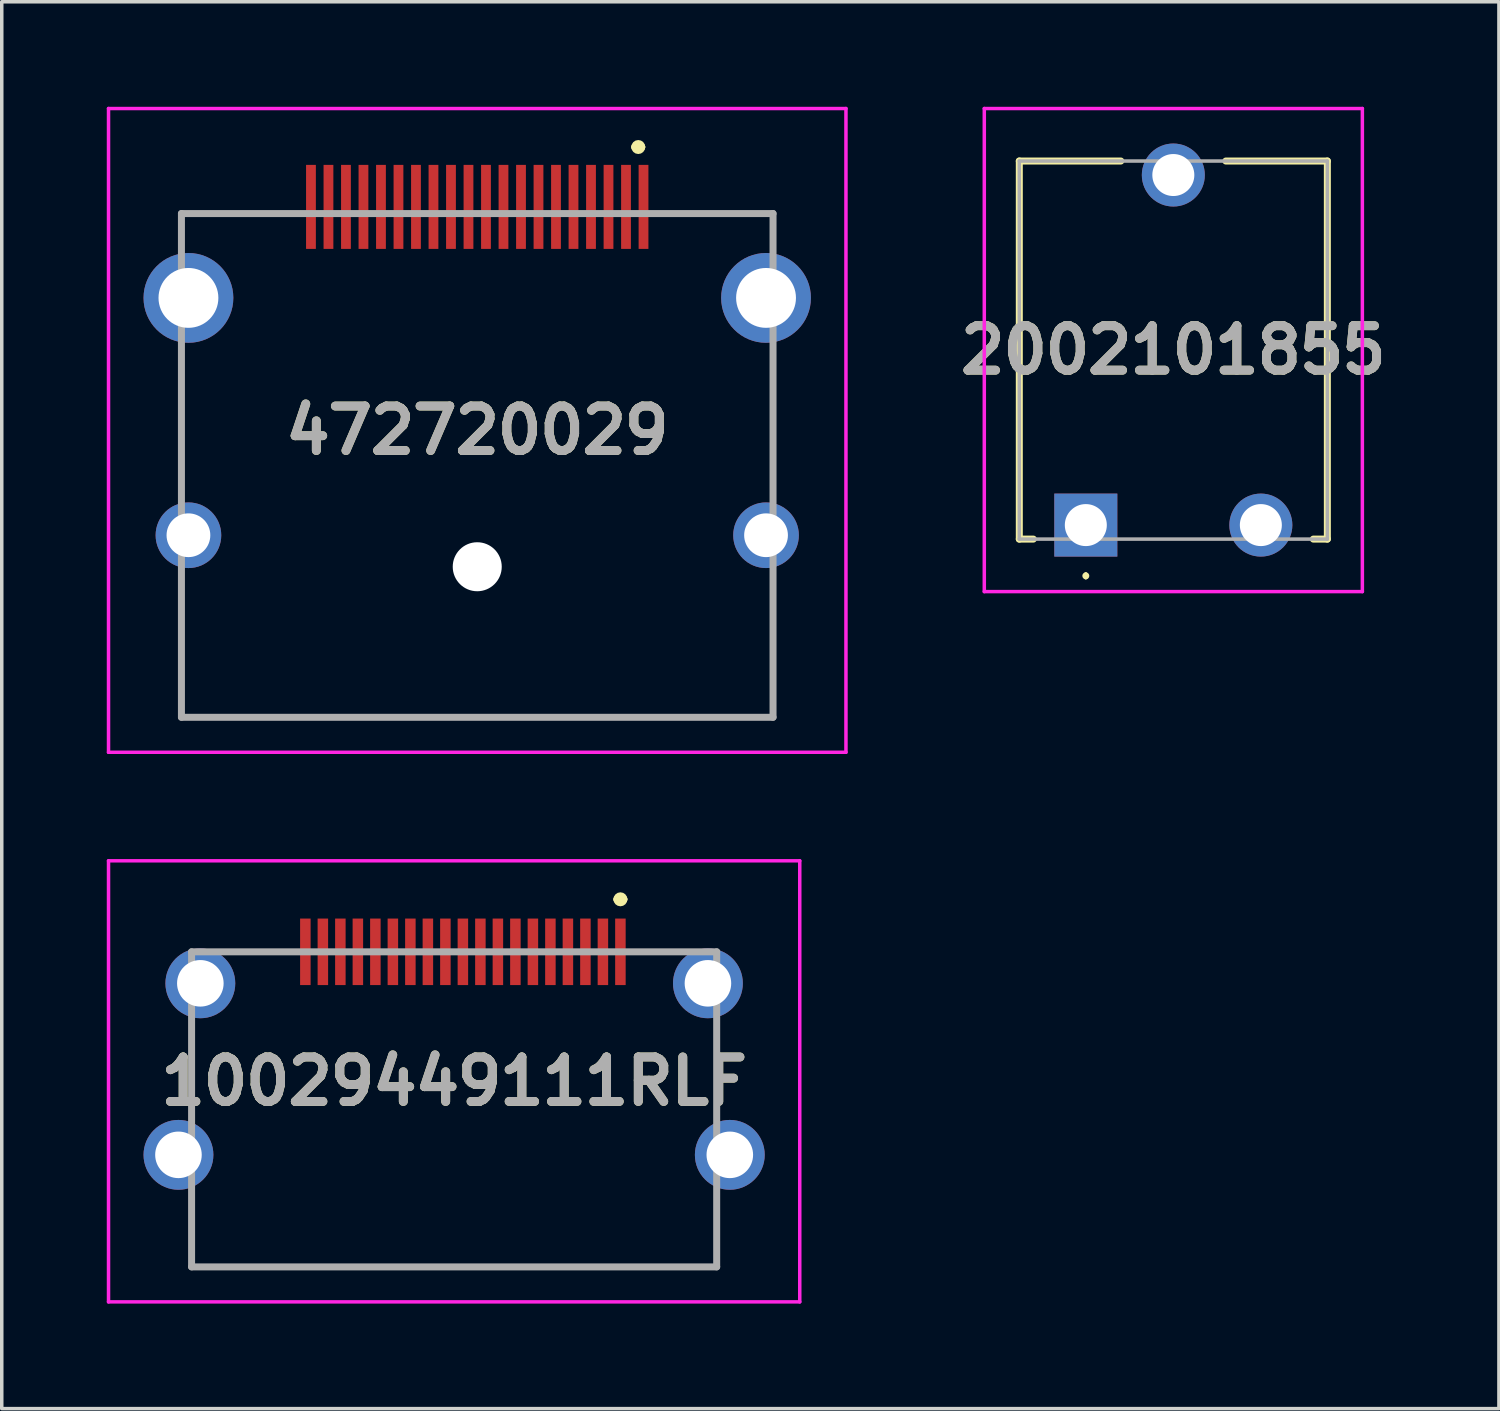
<source format=kicad_pcb>
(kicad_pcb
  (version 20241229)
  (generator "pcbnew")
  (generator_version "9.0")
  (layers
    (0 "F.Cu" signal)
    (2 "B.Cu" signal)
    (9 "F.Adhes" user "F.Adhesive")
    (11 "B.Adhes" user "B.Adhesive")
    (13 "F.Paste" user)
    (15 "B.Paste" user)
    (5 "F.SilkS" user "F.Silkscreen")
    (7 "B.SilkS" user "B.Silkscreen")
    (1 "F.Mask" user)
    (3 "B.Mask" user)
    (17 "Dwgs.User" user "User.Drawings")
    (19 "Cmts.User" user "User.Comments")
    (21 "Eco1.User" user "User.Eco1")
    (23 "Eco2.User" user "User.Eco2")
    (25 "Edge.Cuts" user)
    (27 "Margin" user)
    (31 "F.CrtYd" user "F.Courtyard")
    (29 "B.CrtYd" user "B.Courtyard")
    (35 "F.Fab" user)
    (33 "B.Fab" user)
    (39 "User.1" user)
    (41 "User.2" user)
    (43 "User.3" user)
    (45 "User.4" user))
  (footprint "472720029"
    (layer "F.Cu")
    (at 10.583 10.15)
    (property "Reference" "472720029" (at 0 -0.905 0) (layer "F.SilkS") (effects (font (size 1.27 1.27) (thickness 0.254))))
    (attr through_hole)
    (fp_line (start -8.45 -7.1) (end -8.45 -6.5) (stroke (width 0.1) (type solid)) (layer "F.SilkS"))
    (fp_line (start -8.45 -3) (end -8.45 0.5) (stroke (width 0.1) (type solid)) (layer "F.SilkS"))
    (fp_line (start -8.45 3.5) (end -8.45 7.29) (stroke (width 0.1) (type solid)) (layer "F.SilkS"))
    (fp_line (start -8.45 7.29) (end 8.45 7.29) (stroke (width 0.1) (type solid)) (layer "F.SilkS"))
    (fp_line (start -5.5 -7.1) (end -8.45 -7.1) (stroke (width 0.1) (type solid)) (layer "F.SilkS"))
    (fp_line (start 4.5 -9) (end 4.5 -9) (stroke (width 0.2) (type solid)) (layer "F.SilkS"))
    (fp_line (start 4.7 -9) (end 4.7 -9) (stroke (width 0.2) (type solid)) (layer "F.SilkS"))
    (fp_line (start 5.5 -7.1) (end 8.45 -7.1) (stroke (width 0.1) (type solid)) (layer "F.SilkS"))
    (fp_line (start 8.45 -7.1) (end 8.45 -6.5) (stroke (width 0.1) (type solid)) (layer "F.SilkS"))
    (fp_line (start 8.45 -3) (end 8.45 0.5) (stroke (width 0.1) (type solid)) (layer "F.SilkS"))
    (fp_line (start 8.45 7.29) (end 8.45 3.5) (stroke (width 0.1) (type solid)) (layer "F.SilkS"))
    (fp_arc (start 4.5 -9) (mid 4.6 -9.1) (end 4.7 -9) (stroke (width 0.2) (type solid)) (layer "F.SilkS"))
    (fp_arc (start 4.7 -9) (mid 4.6 -8.9) (end 4.5 -9) (stroke (width 0.2) (type solid)) (layer "F.SilkS"))
    (fp_line (start -10.533 -10.1) (end 10.533 -10.1) (stroke (width 0.1) (type solid)) (layer "F.CrtYd"))
    (fp_line (start -10.533 8.29) (end -10.533 -10.1) (stroke (width 0.1) (type solid)) (layer "F.CrtYd"))
    (fp_line (start 10.533 -10.1) (end 10.533 8.29) (stroke (width 0.1) (type solid)) (layer "F.CrtYd"))
    (fp_line (start 10.533 8.29) (end -10.533 8.29) (stroke (width 0.1) (type solid)) (layer "F.CrtYd"))
    (fp_line (start -8.45 -7.1) (end 8.45 -7.1) (stroke (width 0.2) (type solid)) (layer "F.Fab"))
    (fp_line (start -8.45 7.29) (end -8.45 -7.1) (stroke (width 0.2) (type solid)) (layer "F.Fab"))
    (fp_line (start 8.45 -7.1) (end 8.45 7.29) (stroke (width 0.2) (type solid)) (layer "F.Fab"))
    (fp_line (start 8.45 7.29) (end -8.45 7.29) (stroke (width 0.2) (type solid)) (layer "F.Fab"))
    (fp_text user "${REFERENCE}" (at 0 -0.905 0) (layer "F.Fab") (effects (font (size 1.27 1.27) (thickness 0.254))))
    (pad "" np_thru_hole circle (at 0 2.99) (size 1.4 1.4) (drill 1.4) (layers "*.Cu" "*.Mask"))
    (pad "1" smd rect (at 4.75 -7.29) (size 0.28 2.4) (layers "F.Cu" "F.Mask" "F.Paste"))
    (pad "2" smd rect (at 4.25 -7.29) (size 0.28 2.4) (layers "F.Cu" "F.Mask" "F.Paste"))
    (pad "3" smd rect (at 3.75 -7.29) (size 0.28 2.4) (layers "F.Cu" "F.Mask" "F.Paste"))
    (pad "4" smd rect (at 3.25 -7.29) (size 0.28 2.4) (layers "F.Cu" "F.Mask" "F.Paste"))
    (pad "5" smd rect (at 2.75 -7.29) (size 0.28 2.4) (layers "F.Cu" "F.Mask" "F.Paste"))
    (pad "6" smd rect (at 2.25 -7.29) (size 0.28 2.4) (layers "F.Cu" "F.Mask" "F.Paste"))
    (pad "7" smd rect (at 1.75 -7.29) (size 0.28 2.4) (layers "F.Cu" "F.Mask" "F.Paste"))
    (pad "8" smd rect (at 1.25 -7.29) (size 0.28 2.4) (layers "F.Cu" "F.Mask" "F.Paste"))
    (pad "9" smd rect (at 0.75 -7.29) (size 0.28 2.4) (layers "F.Cu" "F.Mask" "F.Paste"))
    (pad "10" smd rect (at 0.25 -7.29) (size 0.28 2.4) (layers "F.Cu" "F.Mask" "F.Paste"))
    (pad "11" smd rect (at -0.25 -7.29) (size 0.28 2.4) (layers "F.Cu" "F.Mask" "F.Paste"))
    (pad "12" smd rect (at -0.75 -7.29) (size 0.28 2.4) (layers "F.Cu" "F.Mask" "F.Paste"))
    (pad "13" smd rect (at -1.25 -7.29) (size 0.28 2.4) (layers "F.Cu" "F.Mask" "F.Paste"))
    (pad "14" smd rect (at -1.75 -7.29) (size 0.28 2.4) (layers "F.Cu" "F.Mask" "F.Paste"))
    (pad "15" smd rect (at -2.25 -7.29) (size 0.28 2.4) (layers "F.Cu" "F.Mask" "F.Paste"))
    (pad "16" smd rect (at -2.75 -7.29) (size 0.28 2.4) (layers "F.Cu" "F.Mask" "F.Paste"))
    (pad "17" smd rect (at -3.25 -7.29) (size 0.28 2.4) (layers "F.Cu" "F.Mask" "F.Paste"))
    (pad "18" smd rect (at -3.75 -7.29) (size 0.28 2.4) (layers "F.Cu" "F.Mask" "F.Paste"))
    (pad "19" smd rect (at -4.25 -7.29) (size 0.28 2.4) (layers "F.Cu" "F.Mask" "F.Paste"))
    (pad "20" smd rect (at -4.75 -7.29) (size 0.28 2.4) (layers "F.Cu" "F.Mask" "F.Paste"))
    (pad "MH1" thru_hole circle (at 8.25 -4.69) (size 2.565 2.565) (drill 1.71) (layers "*.Cu" "*.Mask"))
    (pad "MH2" thru_hole circle (at -8.25 -4.69) (size 2.565 2.565) (drill 1.71) (layers "*.Cu" "*.Mask"))
    (pad "MH3" thru_hole circle (at 8.25 2.09) (size 1.875 1.875) (drill 1.25) (layers "*.Cu" "*.Mask"))
    (pad "MH4" thru_hole circle (at -8.25 2.09) (size 1.875 1.875) (drill 1.25) (layers "*.Cu" "*.Mask")))
  (footprint "10029449111RLF"
    (layer "F.Cu")
    (at 9.923 27.84)
    (property "Reference" "10029449111RLF" (at 0 0 0) (layer "F.SilkS") (effects (font (size 1.27 1.27) (thickness 0.254))))
    (attr through_hole)
    (fp_line (start -7.5 3.92) (end -7.5 5.3) (stroke (width 0.1) (type solid)) (layer "F.SilkS"))
    (fp_line (start -7.5 5.3) (end 7.5 5.3) (stroke (width 0.1) (type solid)) (layer "F.SilkS"))
    (fp_line (start 4.65 -5.2) (end 4.65 -5.2) (stroke (width 0.2) (type solid)) (layer "F.SilkS"))
    (fp_line (start 4.85 -5.2) (end 4.85 -5.2) (stroke (width 0.2) (type solid)) (layer "F.SilkS"))
    (fp_line (start 7.5 5.3) (end 7.5 3.92) (stroke (width 0.1) (type solid)) (layer "F.SilkS"))
    (fp_arc (start 4.65 -5.2) (mid 4.75 -5.3) (end 4.85 -5.2) (stroke (width 0.2) (type solid)) (layer "F.SilkS"))
    (fp_arc (start 4.85 -5.2) (mid 4.75 -5.1) (end 4.65 -5.2) (stroke (width 0.2) (type solid)) (layer "F.SilkS"))
    (fp_line (start -9.873 -6.3) (end 9.873 -6.3) (stroke (width 0.1) (type solid)) (layer "F.CrtYd"))
    (fp_line (start -9.873 6.3) (end -9.873 -6.3) (stroke (width 0.1) (type solid)) (layer "F.CrtYd"))
    (fp_line (start 9.873 -6.3) (end 9.873 6.3) (stroke (width 0.1) (type solid)) (layer "F.CrtYd"))
    (fp_line (start 9.873 6.3) (end -9.873 6.3) (stroke (width 0.1) (type solid)) (layer "F.CrtYd"))
    (fp_line (start -7.5 -3.7) (end 7.5 -3.7) (stroke (width 0.2) (type solid)) (layer "F.Fab"))
    (fp_line (start -7.5 5.3) (end -7.5 -3.7) (stroke (width 0.2) (type solid)) (layer "F.Fab"))
    (fp_line (start 7.5 -3.7) (end 7.5 5.3) (stroke (width 0.2) (type solid)) (layer "F.Fab"))
    (fp_line (start 7.5 5.3) (end -7.5 5.3) (stroke (width 0.2) (type solid)) (layer "F.Fab"))
    (fp_text user "${REFERENCE}" (at 0 0 0) (layer "F.Fab") (effects (font (size 1.27 1.27) (thickness 0.254))))
    (pad "1" smd rect (at 4.75 -3.7) (size 0.3 1.9) (layers "F.Cu" "F.Mask" "F.Paste"))
    (pad "2" smd rect (at 4.25 -3.7) (size 0.3 1.9) (layers "F.Cu" "F.Mask" "F.Paste"))
    (pad "3" smd rect (at 3.75 -3.7) (size 0.3 1.9) (layers "F.Cu" "F.Mask" "F.Paste"))
    (pad "4" smd rect (at 3.25 -3.7) (size 0.3 1.9) (layers "F.Cu" "F.Mask" "F.Paste"))
    (pad "5" smd rect (at 2.75 -3.7) (size 0.3 1.9) (layers "F.Cu" "F.Mask" "F.Paste"))
    (pad "6" smd rect (at 2.25 -3.7) (size 0.3 1.9) (layers "F.Cu" "F.Mask" "F.Paste"))
    (pad "7" smd rect (at 1.75 -3.7) (size 0.3 1.9) (layers "F.Cu" "F.Mask" "F.Paste"))
    (pad "8" smd rect (at 1.25 -3.7) (size 0.3 1.9) (layers "F.Cu" "F.Mask" "F.Paste"))
    (pad "9" smd rect (at 0.75 -3.7) (size 0.3 1.9) (layers "F.Cu" "F.Mask" "F.Paste"))
    (pad "10" smd rect (at 0.25 -3.7) (size 0.3 1.9) (layers "F.Cu" "F.Mask" "F.Paste"))
    (pad "11" smd rect (at -0.25 -3.7) (size 0.3 1.9) (layers "F.Cu" "F.Mask" "F.Paste"))
    (pad "12" smd rect (at -0.75 -3.7) (size 0.3 1.9) (layers "F.Cu" "F.Mask" "F.Paste"))
    (pad "13" smd rect (at -1.25 -3.7) (size 0.3 1.9) (layers "F.Cu" "F.Mask" "F.Paste"))
    (pad "14" smd rect (at -1.75 -3.7) (size 0.3 1.9) (layers "F.Cu" "F.Mask" "F.Paste"))
    (pad "15" smd rect (at -2.25 -3.7) (size 0.3 1.9) (layers "F.Cu" "F.Mask" "F.Paste"))
    (pad "16" smd rect (at -2.75 -3.7) (size 0.3 1.9) (layers "F.Cu" "F.Mask" "F.Paste"))
    (pad "17" smd rect (at -3.25 -3.7) (size 0.3 1.9) (layers "F.Cu" "F.Mask" "F.Paste"))
    (pad "18" smd rect (at -3.75 -3.7) (size 0.3 1.9) (layers "F.Cu" "F.Mask" "F.Paste"))
    (pad "19" smd rect (at -4.25 -3.7) (size 0.3 1.9) (layers "F.Cu" "F.Mask" "F.Paste"))
    (pad "MH1" thru_hole circle (at -7.25 -2.8) (size 1.995 1.995) (drill 1.33) (layers "*.Cu" "*.Mask"))
    (pad "MH2" thru_hole circle (at 7.25 -2.8) (size 1.995 1.995) (drill 1.33) (layers "*.Cu" "*.Mask"))
    (pad "MH3" thru_hole circle (at -7.875 2.1) (size 1.995 1.995) (drill 1.33) (layers "*.Cu" "*.Mask"))
    (pad "MH4" thru_hole circle (at 7.875 2.1) (size 1.995 1.995) (drill 1.33) (layers "*.Cu" "*.Mask")))
  (footprint "2002101855"
    (layer "F.Cu")
    (at 27.968 11.95)
    (property "Reference" "2002101855" (at 2.5 -5 0) (layer "F.SilkS") (effects (font (size 1.27 1.27) (thickness 0.254))))
    (attr through_hole)
    (fp_line (start -1.9 -10.4) (end 1 -10.4) (stroke (width 0.2) (type solid)) (layer "F.SilkS"))
    (fp_line (start -1.9 0.4) (end -1.9 -10.4) (stroke (width 0.2) (type solid)) (layer "F.SilkS"))
    (fp_line (start -1.5 0.4) (end -1.9 0.4) (stroke (width 0.2) (type solid)) (layer "F.SilkS"))
    (fp_line (start 0 1.4) (end 0 1.4) (stroke (width 0.1) (type solid)) (layer "F.SilkS"))
    (fp_line (start 0 1.5) (end 0 1.5) (stroke (width 0.1) (type solid)) (layer "F.SilkS"))
    (fp_line (start 4 -10.4) (end 6.9 -10.4) (stroke (width 0.2) (type solid)) (layer "F.SilkS"))
    (fp_line (start 6.9 -10.4) (end 6.9 0.4) (stroke (width 0.2) (type solid)) (layer "F.SilkS"))
    (fp_line (start 6.9 0.4) (end 6.5 0.4) (stroke (width 0.2) (type solid)) (layer "F.SilkS"))
    (fp_arc (start 0 1.4) (mid 0.05 1.45) (end 0 1.5) (stroke (width 0.1) (type solid)) (layer "F.SilkS"))
    (fp_arc (start 0 1.5) (mid -0.05 1.45) (end 0 1.4) (stroke (width 0.1) (type solid)) (layer "F.SilkS"))
    (fp_line (start -2.9 -11.9) (end 7.9 -11.9) (stroke (width 0.1) (type solid)) (layer "F.CrtYd"))
    (fp_line (start -2.9 1.9) (end -2.9 -11.9) (stroke (width 0.1) (type solid)) (layer "F.CrtYd"))
    (fp_line (start 7.9 -11.9) (end 7.9 1.9) (stroke (width 0.1) (type solid)) (layer "F.CrtYd"))
    (fp_line (start 7.9 1.9) (end -2.9 1.9) (stroke (width 0.1) (type solid)) (layer "F.CrtYd"))
    (fp_line (start -1.9 -10.4) (end -1.9 0.4) (stroke (width 0.1) (type solid)) (layer "F.Fab"))
    (fp_line (start -1.9 0.4) (end 6.9 0.4) (stroke (width 0.1) (type solid)) (layer "F.Fab"))
    (fp_line (start 6.9 -10.4) (end -1.9 -10.4) (stroke (width 0.1) (type solid)) (layer "F.Fab"))
    (fp_line (start 6.9 0.4) (end 6.9 -10.4) (stroke (width 0.1) (type solid)) (layer "F.Fab"))
    (fp_text user "${REFERENCE}" (at 2.5 -5 0) (layer "F.Fab") (effects (font (size 1.27 1.27) (thickness 0.254))))
    (pad "1" thru_hole rect (at 0 0) (size 1.8 1.8) (drill 1.2) (layers "*.Cu" "*.Mask"))
    (pad "2" thru_hole circle (at 2.5 -10) (size 1.8 1.8) (drill 1.2) (layers "*.Cu" "*.Mask"))
    (pad "3" thru_hole circle (at 5 0) (size 1.8 1.8) (drill 1.2) (layers "*.Cu" "*.Mask")))
  (gr_rect
    (start -3 -3)
    (end 39.769 37.19)
    (stroke (width 0.1) (type default))
    (fill no)
    (layer "Edge.Cuts")))
</source>
